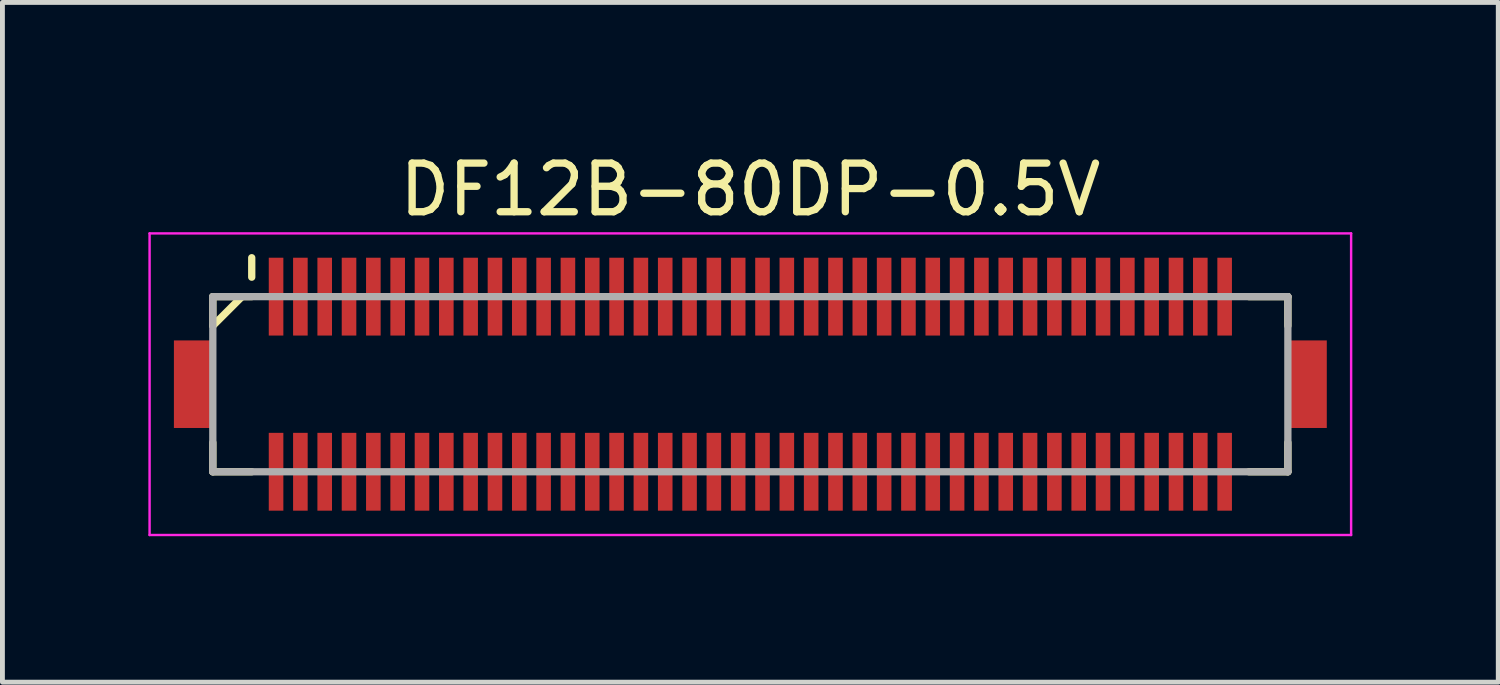
<source format=kicad_pcb>
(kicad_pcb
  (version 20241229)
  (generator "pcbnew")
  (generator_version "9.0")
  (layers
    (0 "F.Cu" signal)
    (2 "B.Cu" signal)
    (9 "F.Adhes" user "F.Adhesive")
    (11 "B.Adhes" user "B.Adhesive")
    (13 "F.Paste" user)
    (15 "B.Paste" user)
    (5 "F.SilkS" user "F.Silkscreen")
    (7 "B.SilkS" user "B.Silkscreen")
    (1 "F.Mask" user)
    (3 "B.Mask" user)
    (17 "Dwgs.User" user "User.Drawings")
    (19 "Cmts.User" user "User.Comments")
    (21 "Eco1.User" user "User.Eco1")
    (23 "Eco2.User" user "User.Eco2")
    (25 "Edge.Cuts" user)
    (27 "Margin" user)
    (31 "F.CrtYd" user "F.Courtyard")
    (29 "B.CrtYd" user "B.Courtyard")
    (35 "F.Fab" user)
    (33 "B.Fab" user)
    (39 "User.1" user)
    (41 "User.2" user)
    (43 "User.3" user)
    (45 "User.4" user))
  (footprint "DF12B-80DP-0.5V"
    (layer "F.Cu")
    (at 12.375 4.848)
    (property "Reference" "DF12B-80DP-0.5V" (at 0 -4 0) (layer "F.SilkS") (effects (font (size 1 1) (thickness 0.15))))
    (attr smd)
    (fp_line (start -11.05 -1.8) (end -11.05 -1.2) (stroke (width 0.15) (type solid)) (layer "F.SilkS"))
    (fp_line (start -11.05 -1.8) (end -10.25 -1.8) (stroke (width 0.15) (type solid)) (layer "F.SilkS"))
    (fp_line (start -11.05 1.2) (end -11.05 1.8) (stroke (width 0.15) (type solid)) (layer "F.SilkS"))
    (fp_line (start -11.05 1.8) (end -10.25 1.8) (stroke (width 0.15) (type solid)) (layer "F.SilkS"))
    (fp_line (start -10.45 -1.8) (end -11.05 -1.2) (stroke (width 0.15) (type solid)) (layer "F.SilkS"))
    (fp_line (start -10.25 -2.6) (end -10.25 -2.2) (stroke (width 0.15) (type solid)) (layer "F.SilkS"))
    (fp_line (start 10.25 -1.8) (end 11.05 -1.8) (stroke (width 0.15) (type solid)) (layer "F.SilkS"))
    (fp_line (start 10.25 1.8) (end 11.05 1.8) (stroke (width 0.15) (type solid)) (layer "F.SilkS"))
    (fp_line (start 11.05 -1.8) (end 11.05 -1.2) (stroke (width 0.15) (type solid)) (layer "F.SilkS"))
    (fp_line (start 11.05 1.2) (end 11.05 1.8) (stroke (width 0.15) (type solid)) (layer "F.SilkS"))
    (fp_line (start -12.35 -3.1) (end -12.35 3.1) (stroke (width 0.05) (type solid)) (layer "F.CrtYd"))
    (fp_line (start -12.35 -3.1) (end 12.35 -3.1) (stroke (width 0.05) (type solid)) (layer "F.CrtYd"))
    (fp_line (start -12.35 3.1) (end 12.35 3.1) (stroke (width 0.05) (type solid)) (layer "F.CrtYd"))
    (fp_line (start 12.35 -3.1) (end 12.35 3.1) (stroke (width 0.05) (type solid)) (layer "F.CrtYd"))
    (fp_line (start -11.05 -1.8) (end -11.05 1.8) (stroke (width 0.15) (type solid)) (layer "F.Fab"))
    (fp_line (start -11.05 -1.8) (end 11.05 -1.8) (stroke (width 0.15) (type solid)) (layer "F.Fab"))
    (fp_line (start -11.05 1.8) (end 11.05 1.8) (stroke (width 0.15) (type solid)) (layer "F.Fab"))
    (fp_line (start 11.05 -1.8) (end 11.05 1.8) (stroke (width 0.15) (type solid)) (layer "F.Fab"))
    (pad "1" smd rect (at -9.75 -1.8) (size 0.3 1.6) (layers "F.Cu" "F.Mask" "F.Paste"))
    (pad "2" smd rect (at -9.75 1.8) (size 0.3 1.6) (layers "F.Cu" "F.Mask" "F.Paste"))
    (pad "3" smd rect (at -9.25 -1.8) (size 0.3 1.6) (layers "F.Cu" "F.Mask" "F.Paste"))
    (pad "4" smd rect (at -9.25 1.8) (size 0.3 1.6) (layers "F.Cu" "F.Mask" "F.Paste"))
    (pad "5" smd rect (at -8.75 -1.8) (size 0.3 1.6) (layers "F.Cu" "F.Mask" "F.Paste"))
    (pad "6" smd rect (at -8.75 1.8) (size 0.3 1.6) (layers "F.Cu" "F.Mask" "F.Paste"))
    (pad "7" smd rect (at -8.25 -1.8) (size 0.3 1.6) (layers "F.Cu" "F.Mask" "F.Paste"))
    (pad "8" smd rect (at -8.25 1.8) (size 0.3 1.6) (layers "F.Cu" "F.Mask" "F.Paste"))
    (pad "9" smd rect (at -7.75 -1.8) (size 0.3 1.6) (layers "F.Cu" "F.Mask" "F.Paste"))
    (pad "10" smd rect (at -7.75 1.8) (size 0.3 1.6) (layers "F.Cu" "F.Mask" "F.Paste"))
    (pad "11" smd rect (at -7.25 -1.8) (size 0.3 1.6) (layers "F.Cu" "F.Mask" "F.Paste"))
    (pad "12" smd rect (at -7.25 1.8) (size 0.3 1.6) (layers "F.Cu" "F.Mask" "F.Paste"))
    (pad "13" smd rect (at -6.75 -1.8) (size 0.3 1.6) (layers "F.Cu" "F.Mask" "F.Paste"))
    (pad "14" smd rect (at -6.75 1.8) (size 0.3 1.6) (layers "F.Cu" "F.Mask" "F.Paste"))
    (pad "15" smd rect (at -6.25 -1.8) (size 0.3 1.6) (layers "F.Cu" "F.Mask" "F.Paste"))
    (pad "16" smd rect (at -6.25 1.8) (size 0.3 1.6) (layers "F.Cu" "F.Mask" "F.Paste"))
    (pad "17" smd rect (at -5.75 -1.8) (size 0.3 1.6) (layers "F.Cu" "F.Mask" "F.Paste"))
    (pad "18" smd rect (at -5.75 1.8) (size 0.3 1.6) (layers "F.Cu" "F.Mask" "F.Paste"))
    (pad "19" smd rect (at -5.25 -1.8) (size 0.3 1.6) (layers "F.Cu" "F.Mask" "F.Paste"))
    (pad "20" smd rect (at -5.25 1.8) (size 0.3 1.6) (layers "F.Cu" "F.Mask" "F.Paste"))
    (pad "21" smd rect (at -4.75 -1.8) (size 0.3 1.6) (layers "F.Cu" "F.Mask" "F.Paste"))
    (pad "22" smd rect (at -4.75 1.8) (size 0.3 1.6) (layers "F.Cu" "F.Mask" "F.Paste"))
    (pad "23" smd rect (at -4.25 -1.8) (size 0.3 1.6) (layers "F.Cu" "F.Mask" "F.Paste"))
    (pad "24" smd rect (at -4.25 1.8) (size 0.3 1.6) (layers "F.Cu" "F.Mask" "F.Paste"))
    (pad "25" smd rect (at -3.75 -1.8) (size 0.3 1.6) (layers "F.Cu" "F.Mask" "F.Paste"))
    (pad "26" smd rect (at -3.75 1.8) (size 0.3 1.6) (layers "F.Cu" "F.Mask" "F.Paste"))
    (pad "27" smd rect (at -3.25 -1.8) (size 0.3 1.6) (layers "F.Cu" "F.Mask" "F.Paste"))
    (pad "28" smd rect (at -3.25 1.8) (size 0.3 1.6) (layers "F.Cu" "F.Mask" "F.Paste"))
    (pad "29" smd rect (at -2.75 -1.8) (size 0.3 1.6) (layers "F.Cu" "F.Mask" "F.Paste"))
    (pad "30" smd rect (at -2.75 1.8) (size 0.3 1.6) (layers "F.Cu" "F.Mask" "F.Paste"))
    (pad "31" smd rect (at -2.25 -1.8) (size 0.3 1.6) (layers "F.Cu" "F.Mask" "F.Paste"))
    (pad "32" smd rect (at -2.25 1.8) (size 0.3 1.6) (layers "F.Cu" "F.Mask" "F.Paste"))
    (pad "33" smd rect (at -1.75 -1.8) (size 0.3 1.6) (layers "F.Cu" "F.Mask" "F.Paste"))
    (pad "34" smd rect (at -1.75 1.8) (size 0.3 1.6) (layers "F.Cu" "F.Mask" "F.Paste"))
    (pad "35" smd rect (at -1.25 -1.8) (size 0.3 1.6) (layers "F.Cu" "F.Mask" "F.Paste"))
    (pad "36" smd rect (at -1.25 1.8) (size 0.3 1.6) (layers "F.Cu" "F.Mask" "F.Paste"))
    (pad "37" smd rect (at -0.75 -1.8) (size 0.3 1.6) (layers "F.Cu" "F.Mask" "F.Paste"))
    (pad "38" smd rect (at -0.75 1.8) (size 0.3 1.6) (layers "F.Cu" "F.Mask" "F.Paste"))
    (pad "39" smd rect (at -0.25 -1.8) (size 0.3 1.6) (layers "F.Cu" "F.Mask" "F.Paste"))
    (pad "40" smd rect (at -0.25 1.8) (size 0.3 1.6) (layers "F.Cu" "F.Mask" "F.Paste"))
    (pad "41" smd rect (at 0.25 -1.8) (size 0.3 1.6) (layers "F.Cu" "F.Mask" "F.Paste"))
    (pad "42" smd rect (at 0.25 1.8) (size 0.3 1.6) (layers "F.Cu" "F.Mask" "F.Paste"))
    (pad "43" smd rect (at 0.75 -1.8) (size 0.3 1.6) (layers "F.Cu" "F.Mask" "F.Paste"))
    (pad "44" smd rect (at 0.75 1.8) (size 0.3 1.6) (layers "F.Cu" "F.Mask" "F.Paste"))
    (pad "45" smd rect (at 1.25 -1.8) (size 0.3 1.6) (layers "F.Cu" "F.Mask" "F.Paste"))
    (pad "46" smd rect (at 1.25 1.8) (size 0.3 1.6) (layers "F.Cu" "F.Mask" "F.Paste"))
    (pad "47" smd rect (at 1.75 -1.8) (size 0.3 1.6) (layers "F.Cu" "F.Mask" "F.Paste"))
    (pad "48" smd rect (at 1.75 1.8) (size 0.3 1.6) (layers "F.Cu" "F.Mask" "F.Paste"))
    (pad "49" smd rect (at 2.25 -1.8) (size 0.3 1.6) (layers "F.Cu" "F.Mask" "F.Paste"))
    (pad "50" smd rect (at 2.25 1.8) (size 0.3 1.6) (layers "F.Cu" "F.Mask" "F.Paste"))
    (pad "51" smd rect (at 2.75 -1.8) (size 0.3 1.6) (layers "F.Cu" "F.Mask" "F.Paste"))
    (pad "52" smd rect (at 2.75 1.8) (size 0.3 1.6) (layers "F.Cu" "F.Mask" "F.Paste"))
    (pad "53" smd rect (at 3.25 -1.8) (size 0.3 1.6) (layers "F.Cu" "F.Mask" "F.Paste"))
    (pad "54" smd rect (at 3.25 1.8) (size 0.3 1.6) (layers "F.Cu" "F.Mask" "F.Paste"))
    (pad "55" smd rect (at 3.75 -1.8) (size 0.3 1.6) (layers "F.Cu" "F.Mask" "F.Paste"))
    (pad "56" smd rect (at 3.75 1.8) (size 0.3 1.6) (layers "F.Cu" "F.Mask" "F.Paste"))
    (pad "57" smd rect (at 4.25 -1.8) (size 0.3 1.6) (layers "F.Cu" "F.Mask" "F.Paste"))
    (pad "58" smd rect (at 4.25 1.8) (size 0.3 1.6) (layers "F.Cu" "F.Mask" "F.Paste"))
    (pad "59" smd rect (at 4.75 -1.8) (size 0.3 1.6) (layers "F.Cu" "F.Mask" "F.Paste"))
    (pad "60" smd rect (at 4.75 1.8) (size 0.3 1.6) (layers "F.Cu" "F.Mask" "F.Paste"))
    (pad "61" smd rect (at 5.25 -1.8) (size 0.3 1.6) (layers "F.Cu" "F.Mask" "F.Paste"))
    (pad "62" smd rect (at 5.25 1.8) (size 0.3 1.6) (layers "F.Cu" "F.Mask" "F.Paste"))
    (pad "63" smd rect (at 5.75 -1.8) (size 0.3 1.6) (layers "F.Cu" "F.Mask" "F.Paste"))
    (pad "64" smd rect (at 5.75 1.8) (size 0.3 1.6) (layers "F.Cu" "F.Mask" "F.Paste"))
    (pad "65" smd rect (at 6.25 -1.8) (size 0.3 1.6) (layers "F.Cu" "F.Mask" "F.Paste"))
    (pad "66" smd rect (at 6.25 1.8) (size 0.3 1.6) (layers "F.Cu" "F.Mask" "F.Paste"))
    (pad "67" smd rect (at 6.75 -1.8) (size 0.3 1.6) (layers "F.Cu" "F.Mask" "F.Paste"))
    (pad "68" smd rect (at 6.75 1.8) (size 0.3 1.6) (layers "F.Cu" "F.Mask" "F.Paste"))
    (pad "69" smd rect (at 7.25 -1.8) (size 0.3 1.6) (layers "F.Cu" "F.Mask" "F.Paste"))
    (pad "70" smd rect (at 7.25 1.8) (size 0.3 1.6) (layers "F.Cu" "F.Mask" "F.Paste"))
    (pad "71" smd rect (at 7.75 -1.8) (size 0.3 1.6) (layers "F.Cu" "F.Mask" "F.Paste"))
    (pad "72" smd rect (at 7.75 1.8) (size 0.3 1.6) (layers "F.Cu" "F.Mask" "F.Paste"))
    (pad "73" smd rect (at 8.25 -1.8) (size 0.3 1.6) (layers "F.Cu" "F.Mask" "F.Paste"))
    (pad "74" smd rect (at 8.25 1.8) (size 0.3 1.6) (layers "F.Cu" "F.Mask" "F.Paste"))
    (pad "75" smd rect (at 8.75 -1.8) (size 0.3 1.6) (layers "F.Cu" "F.Mask" "F.Paste"))
    (pad "76" smd rect (at 8.75 1.8) (size 0.3 1.6) (layers "F.Cu" "F.Mask" "F.Paste"))
    (pad "77" smd rect (at 9.25 -1.8) (size 0.3 1.6) (layers "F.Cu" "F.Mask" "F.Paste"))
    (pad "78" smd rect (at 9.25 1.8) (size 0.3 1.6) (layers "F.Cu" "F.Mask" "F.Paste"))
    (pad "79" smd rect (at 9.75 -1.8) (size 0.3 1.6) (layers "F.Cu" "F.Mask" "F.Paste"))
    (pad "80" smd rect (at 9.75 1.8) (size 0.3 1.6) (layers "F.Cu" "F.Mask" "F.Paste"))
    (pad "S" smd rect (at -11.45 0) (size 0.8 1.8) (layers "F.Cu" "F.Mask" "F.Paste"))
    (pad "S" smd rect (at 11.45 0) (size 0.8 1.8) (layers "F.Cu" "F.Mask" "F.Paste")))
  (gr_rect
    (start -3 -3)
    (end 27.75 10.973)
    (stroke (width 0.1) (type default))
    (fill no)
    (layer "Edge.Cuts")))
</source>
